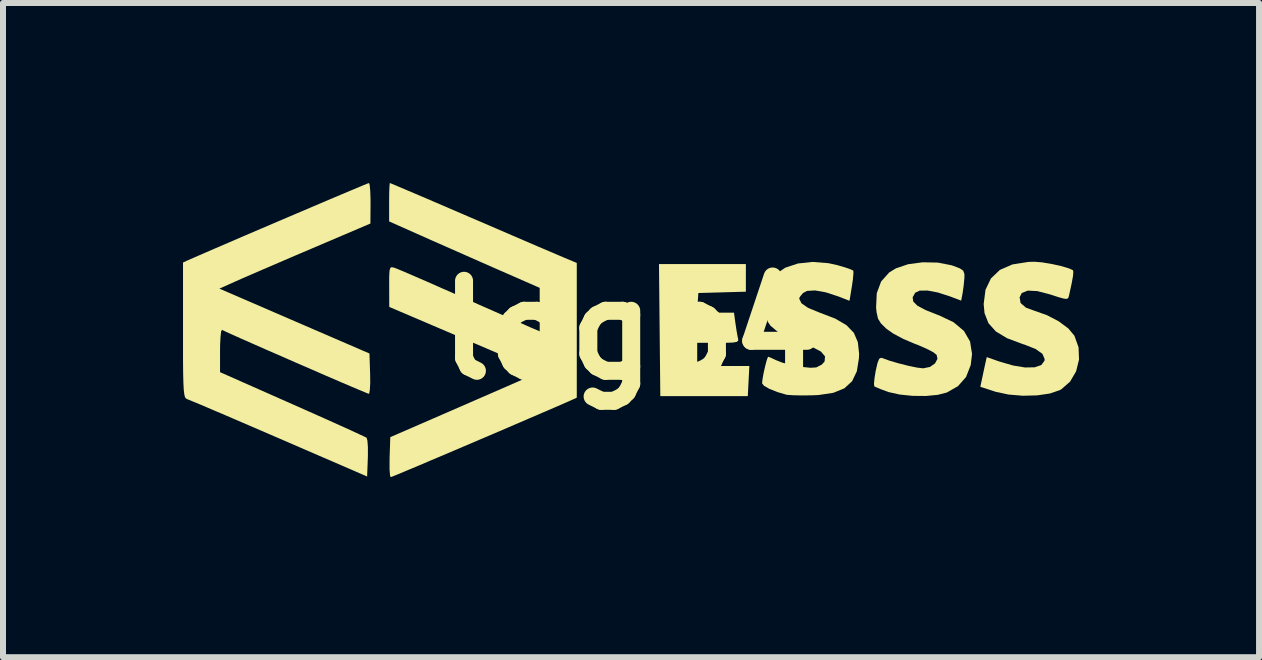
<source format=kicad_pcb>
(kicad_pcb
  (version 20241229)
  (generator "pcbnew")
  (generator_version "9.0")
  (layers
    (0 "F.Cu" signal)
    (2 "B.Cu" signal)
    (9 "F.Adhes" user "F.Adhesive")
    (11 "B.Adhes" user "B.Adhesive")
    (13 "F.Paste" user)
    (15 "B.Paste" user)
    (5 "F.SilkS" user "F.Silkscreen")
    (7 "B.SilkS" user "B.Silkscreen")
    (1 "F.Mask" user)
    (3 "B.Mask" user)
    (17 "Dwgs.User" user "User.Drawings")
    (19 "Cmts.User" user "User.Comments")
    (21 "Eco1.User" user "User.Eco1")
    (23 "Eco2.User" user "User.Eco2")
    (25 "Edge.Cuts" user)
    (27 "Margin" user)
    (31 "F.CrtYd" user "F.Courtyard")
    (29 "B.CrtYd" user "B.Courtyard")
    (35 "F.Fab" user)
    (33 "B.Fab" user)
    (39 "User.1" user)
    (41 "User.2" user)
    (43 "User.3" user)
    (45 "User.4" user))
  (footprint "logo4"
    (layer "F.Cu")
    (at 7.469 2.451)
    (property "Reference" "logo4" (at 0 0 0) (layer "F.SilkS") (effects (font (size 1.5 1.5) (thickness 0.3))))
    (attr board_only exclude_from_pos_files exclude_from_bom)
    (fp_poly (pts (xy 1.187 -1.1) (xy 1.911 -1.1) (xy 1.911 -0.87) (xy 1.911 -0.64) (xy 1.515 -0.629) (xy 1.119 -0.618) (xy 1.108 -0.454) (xy 1.096 -0.29) (xy 1.404 -0.29) (xy 1.713 -0.29) (xy 1.738 -0.106) (xy 1.757 0.018) (xy 1.775 0.118) (xy 1.782 0.145) (xy 1.783 0.177) (xy 1.757 0.197) (xy 1.691 0.208) (xy 1.57 0.212) (xy 1.45 0.212) (xy 1.1 0.212) (xy 1.1 0.405) (xy 1.1 0.598) (xy 1.534 0.598) (xy 1.969 0.598) (xy 1.956 0.849) (xy 1.943 1.1) (xy 1.214 1.1) (xy 0.485 1.1) (xy 0.474 -0.000024) (xy 0.463 -1.1)) (stroke (width 0) (type solid)) (fill yes) (layer "F.SilkS"))
    (fp_poly (pts (xy 6.845 -1.129) (xy 7.002 -1.103) (xy 7.161 -1.068) (xy 7.293 -1.029) (xy 7.359 -1) (xy 7.368 -0.973) (xy 7.363 -0.904) (xy 7.341 -0.782) (xy 7.301 -0.597) (xy 7.296 -0.576) (xy 7.285 -0.538) (xy 7.262 -0.52) (xy 7.211 -0.524) (xy 7.117 -0.55) (xy 6.986 -0.593) (xy 6.767 -0.65) (xy 6.609 -0.658) (xy 6.509 -0.618) (xy 6.473 -0.547) (xy 6.489 -0.451) (xy 6.578 -0.374) (xy 6.712 -0.325) (xy 6.928 -0.249) (xy 7.125 -0.146) (xy 7.285 -0.027) (xy 7.386 0.094) (xy 7.455 0.287) (xy 7.463 0.491) (xy 7.414 0.688) (xy 7.313 0.86) (xy 7.167 0.987) (xy 7.141 1.001) (xy 6.977 1.057) (xy 6.764 1.088) (xy 6.526 1.094) (xy 6.287 1.074) (xy 6.073 1.028) (xy 6.055 1.022) (xy 5.818 0.945) (xy 5.853 0.782) (xy 5.879 0.658) (xy 5.902 0.553) (xy 5.906 0.534) (xy 5.925 0.45) (xy 6.13 0.522) (xy 6.363 0.59) (xy 6.563 0.623) (xy 6.724 0.62) (xy 6.834 0.583) (xy 6.887 0.511) (xy 6.89 0.482) (xy 6.853 0.396) (xy 6.741 0.316) (xy 6.552 0.241) (xy 6.521 0.232) (xy 6.263 0.135) (xy 6.076 0.022) (xy 5.953 -0.116) (xy 5.888 -0.283) (xy 5.874 -0.433) (xy 5.904 -0.671) (xy 5.995 -0.861) (xy 6.144 -1.003) (xy 6.352 -1.094) (xy 6.618 -1.136) (xy 6.717 -1.139)) (stroke (width 0) (type solid)) (fill yes) (layer "F.SilkS"))
    (fp_poly (pts (xy 3.287 -1.115) (xy 3.437 -1.082) (xy 3.566 -1.044) (xy 3.661 -1.011) (xy 3.702 -0.99) (xy 3.703 -0.941) (xy 3.694 -0.84) (xy 3.677 -0.726) (xy 3.638 -0.488) (xy 3.457 -0.559) (xy 3.244 -0.629) (xy 3.064 -0.661) (xy 2.93 -0.653) (xy 2.863 -0.618) (xy 2.813 -0.557) (xy 2.799 -0.526) (xy 2.837 -0.447) (xy 2.948 -0.37) (xy 3.13 -0.295) (xy 3.146 -0.289) (xy 3.401 -0.191) (xy 3.587 -0.082) (xy 3.71 0.045) (xy 3.777 0.201) (xy 3.798 0.393) (xy 3.795 0.469) (xy 3.76 0.687) (xy 3.681 0.852) (xy 3.553 0.97) (xy 3.369 1.045) (xy 3.123 1.082) (xy 3.013 1.087) (xy 2.847 1.089) (xy 2.705 1.086) (xy 2.608 1.08) (xy 2.586 1.077) (xy 2.434 1.032) (xy 2.304 0.98) (xy 2.213 0.928) (xy 2.181 0.887) (xy 2.189 0.813) (xy 2.208 0.708) (xy 2.234 0.595) (xy 2.259 0.5) (xy 2.279 0.447) (xy 2.283 0.444) (xy 2.326 0.46) (xy 2.405 0.498) (xy 2.523 0.544) (xy 2.677 0.584) (xy 2.841 0.613) (xy 2.987 0.628) (xy 3.085 0.622) (xy 3.176 0.575) (xy 3.223 0.523) (xy 3.23 0.438) (xy 3.161 0.357) (xy 3.015 0.281) (xy 2.886 0.235) (xy 2.648 0.146) (xy 2.456 0.041) (xy 2.323 -0.071) (xy 2.278 -0.135) (xy 2.232 -0.29) (xy 2.225 -0.481) (xy 2.257 -0.674) (xy 2.295 -0.779) (xy 2.403 -0.928) (xy 2.568 -1.04) (xy 2.779 -1.11) (xy 3.022 -1.136)) (stroke (width 0) (type solid)) (fill yes) (layer "F.SilkS"))
    (fp_poly (pts (xy 5.109 -1.125) (xy 5.335 -1.081) (xy 5.366 -1.071) (xy 5.478 -1.028) (xy 5.534 -0.989) (xy 5.553 -0.935) (xy 5.553 -0.874) (xy 5.54 -0.737) (xy 5.523 -0.617) (xy 5.499 -0.491) (xy 5.316 -0.56) (xy 5.113 -0.626) (xy 4.94 -0.659) (xy 4.808 -0.658) (xy 4.733 -0.623) (xy 4.69 -0.546) (xy 4.7 -0.476) (xy 4.769 -0.407) (xy 4.903 -0.335) (xy 5.107 -0.254) (xy 5.128 -0.247) (xy 5.372 -0.131) (xy 5.545 0.014) (xy 5.647 0.19) (xy 5.68 0.397) (xy 5.658 0.583) (xy 5.58 0.782) (xy 5.446 0.934) (xy 5.261 1.04) (xy 5.109 1.079) (xy 4.91 1.098) (xy 4.69 1.096) (xy 4.474 1.074) (xy 4.29 1.033) (xy 4.274 1.027) (xy 4.159 0.985) (xy 4.076 0.95) (xy 4.05 0.936) (xy 4.046 0.89) (xy 4.056 0.791) (xy 4.075 0.677) (xy 4.105 0.547) (xy 4.132 0.479) (xy 4.164 0.461) (xy 4.184 0.466) (xy 4.302 0.509) (xy 4.456 0.554) (xy 4.618 0.595) (xy 4.763 0.625) (xy 4.863 0.637) (xy 4.867 0.637) (xy 4.979 0.614) (xy 5.063 0.555) (xy 5.104 0.479) (xy 5.09 0.413) (xy 5.036 0.37) (xy 4.929 0.314) (xy 4.788 0.252) (xy 4.727 0.229) (xy 4.536 0.148) (xy 4.367 0.058) (xy 4.252 -0.023) (xy 4.162 -0.111) (xy 4.113 -0.191) (xy 4.089 -0.297) (xy 4.081 -0.375) (xy 4.092 -0.614) (xy 4.165 -0.81) (xy 4.3 -0.961) (xy 4.413 -1.03) (xy 4.616 -1.098) (xy 4.859 -1.13)) (stroke (width 0) (type solid)) (fill yes) (layer "F.SilkS"))
    (fp_poly (pts (xy -4.358 -2.416) (xy -4.349 -2.32) (xy -4.344 -2.182) (xy -4.344 -2.113) (xy -4.346 -1.776) (xy -5.338 -1.353) (xy -5.613 -1.236) (xy -5.878 -1.122) (xy -6.122 -1.017) (xy -6.332 -0.926) (xy -6.496 -0.855) (xy -6.597 -0.81) (xy -6.863 -0.691) (xy -5.612 -0.15) (xy -4.362 0.39) (xy -4.351 0.726) (xy -4.349 0.876) (xy -4.355 0.991) (xy -4.366 1.055) (xy -4.372 1.062) (xy -4.412 1.047) (xy -4.513 1.005) (xy -4.665 0.941) (xy -4.857 0.859) (xy -5.08 0.763) (xy -5.323 0.657) (xy -5.577 0.547) (xy -5.832 0.435) (xy -6.078 0.328) (xy -6.305 0.228) (xy -6.502 0.141) (xy -6.661 0.07) (xy -6.77 0.02) (xy -6.82 -0.004) (xy -6.82 -0.004) (xy -6.834 0.023) (xy -6.844 0.111) (xy -6.851 0.246) (xy -6.852 0.339) (xy -6.852 0.701) (xy -5.646 1.235) (xy -5.36 1.362) (xy -5.097 1.479) (xy -4.864 1.584) (xy -4.671 1.671) (xy -4.525 1.739) (xy -4.435 1.781) (xy -4.409 1.795) (xy -4.396 1.844) (xy -4.388 1.949) (xy -4.388 2.09) (xy -4.389 2.131) (xy -4.401 2.44) (xy -5.867 1.805) (xy -6.185 1.668) (xy -6.482 1.54) (xy -6.751 1.424) (xy -6.984 1.325) (xy -7.173 1.244) (xy -7.311 1.187) (xy -7.389 1.155) (xy -7.402 1.15) (xy -7.421 1.139) (xy -7.437 1.115) (xy -7.448 1.067) (xy -7.457 0.99) (xy -7.463 0.873) (xy -7.467 0.709) (xy -7.469 0.49) (xy -7.469 0.207) (xy -7.469 0.002) (xy -7.469 -1.126) (xy -7.383 -1.166) (xy -7.282 -1.21) (xy -7.128 -1.277) (xy -6.93 -1.363) (xy -6.697 -1.463) (xy -6.438 -1.575) (xy -6.162 -1.693) (xy -5.877 -1.815) (xy -5.593 -1.936) (xy -5.318 -2.053) (xy -5.062 -2.162) (xy -4.833 -2.259) (xy -4.64 -2.34) (xy -4.493 -2.402) (xy -4.4 -2.44) (xy -4.369 -2.451)) (stroke (width 0) (type solid)) (fill yes) (layer "F.SilkS"))
    (fp_poly (pts (xy -3.985 -2.436) (xy -3.885 -2.394) (xy -3.73 -2.328) (xy -3.527 -2.242) (xy -3.284 -2.138) (xy -3.01 -2.02) (xy -2.711 -1.891) (xy -2.661 -1.87) (xy -2.35 -1.736) (xy -2.053 -1.608) (xy -1.779 -1.49) (xy -1.54 -1.387) (xy -1.342 -1.303) (xy -1.197 -1.241) (xy -1.112 -1.205) (xy -1.11 -1.204) (xy -0.907 -1.119) (xy -0.907 0.003) (xy -0.907 1.126) (xy -0.994 1.166) (xy -1.098 1.212) (xy -1.254 1.28) (xy -1.454 1.366) (xy -1.689 1.467) (xy -1.949 1.579) (xy -2.226 1.698) (xy -2.512 1.82) (xy -2.796 1.941) (xy -3.07 2.058) (xy -3.326 2.166) (xy -3.553 2.263) (xy -3.745 2.343) (xy -3.89 2.404) (xy -3.981 2.441) (xy -4.009 2.451) (xy -4.02 2.416) (xy -4.027 2.32) (xy -4.027 2.183) (xy -4.026 2.117) (xy -4.015 1.784) (xy -2.876 1.289) (xy -2.594 1.166) (xy -2.33 1.051) (xy -2.094 0.948) (xy -1.895 0.861) (xy -1.743 0.795) (xy -1.648 0.753) (xy -1.624 0.742) (xy -1.597 0.727) (xy -1.583 0.712) (xy -1.589 0.692) (xy -1.623 0.665) (xy -1.689 0.628) (xy -1.794 0.576) (xy -1.944 0.508) (xy -2.146 0.42) (xy -2.406 0.308) (xy -2.73 0.17) (xy -2.772 0.152) (xy -4.032 -0.386) (xy -4.033 -0.726) (xy -4.033 -0.889) (xy -4.028 -0.987) (xy -4.015 -1.036) (xy -3.991 -1.049) (xy -3.951 -1.04) (xy -3.947 -1.039) (xy -3.891 -1.017) (xy -3.774 -0.968) (xy -3.605 -0.895) (xy -3.395 -0.804) (xy -3.153 -0.697) (xy -2.889 -0.581) (xy -2.818 -0.549) (xy -2.548 -0.429) (xy -2.294 -0.317) (xy -2.069 -0.218) (xy -1.881 -0.135) (xy -1.741 -0.073) (xy -1.66 -0.037) (xy -1.65 -0.033) (xy -1.525 0.02) (xy -1.525 -0.342) (xy -1.525 -0.704) (xy -2.249 -1.021) (xy -2.515 -1.138) (xy -2.8 -1.264) (xy -3.081 -1.388) (xy -3.335 -1.5) (xy -3.503 -1.575) (xy -4.034 -1.811) (xy -4.034 -2.131) (xy -4.033 -2.277) (xy -4.029 -2.389) (xy -4.024 -2.447) (xy -4.022 -2.451)) (stroke (width 0) (type solid)) (fill yes) (layer "F.SilkS")))
  (gr_rect
    (start -3 -3)
    (end 17.932 7.902)
    (stroke (width 0.1) (type default))
    (fill no)
    (layer "Edge.Cuts")))
</source>
